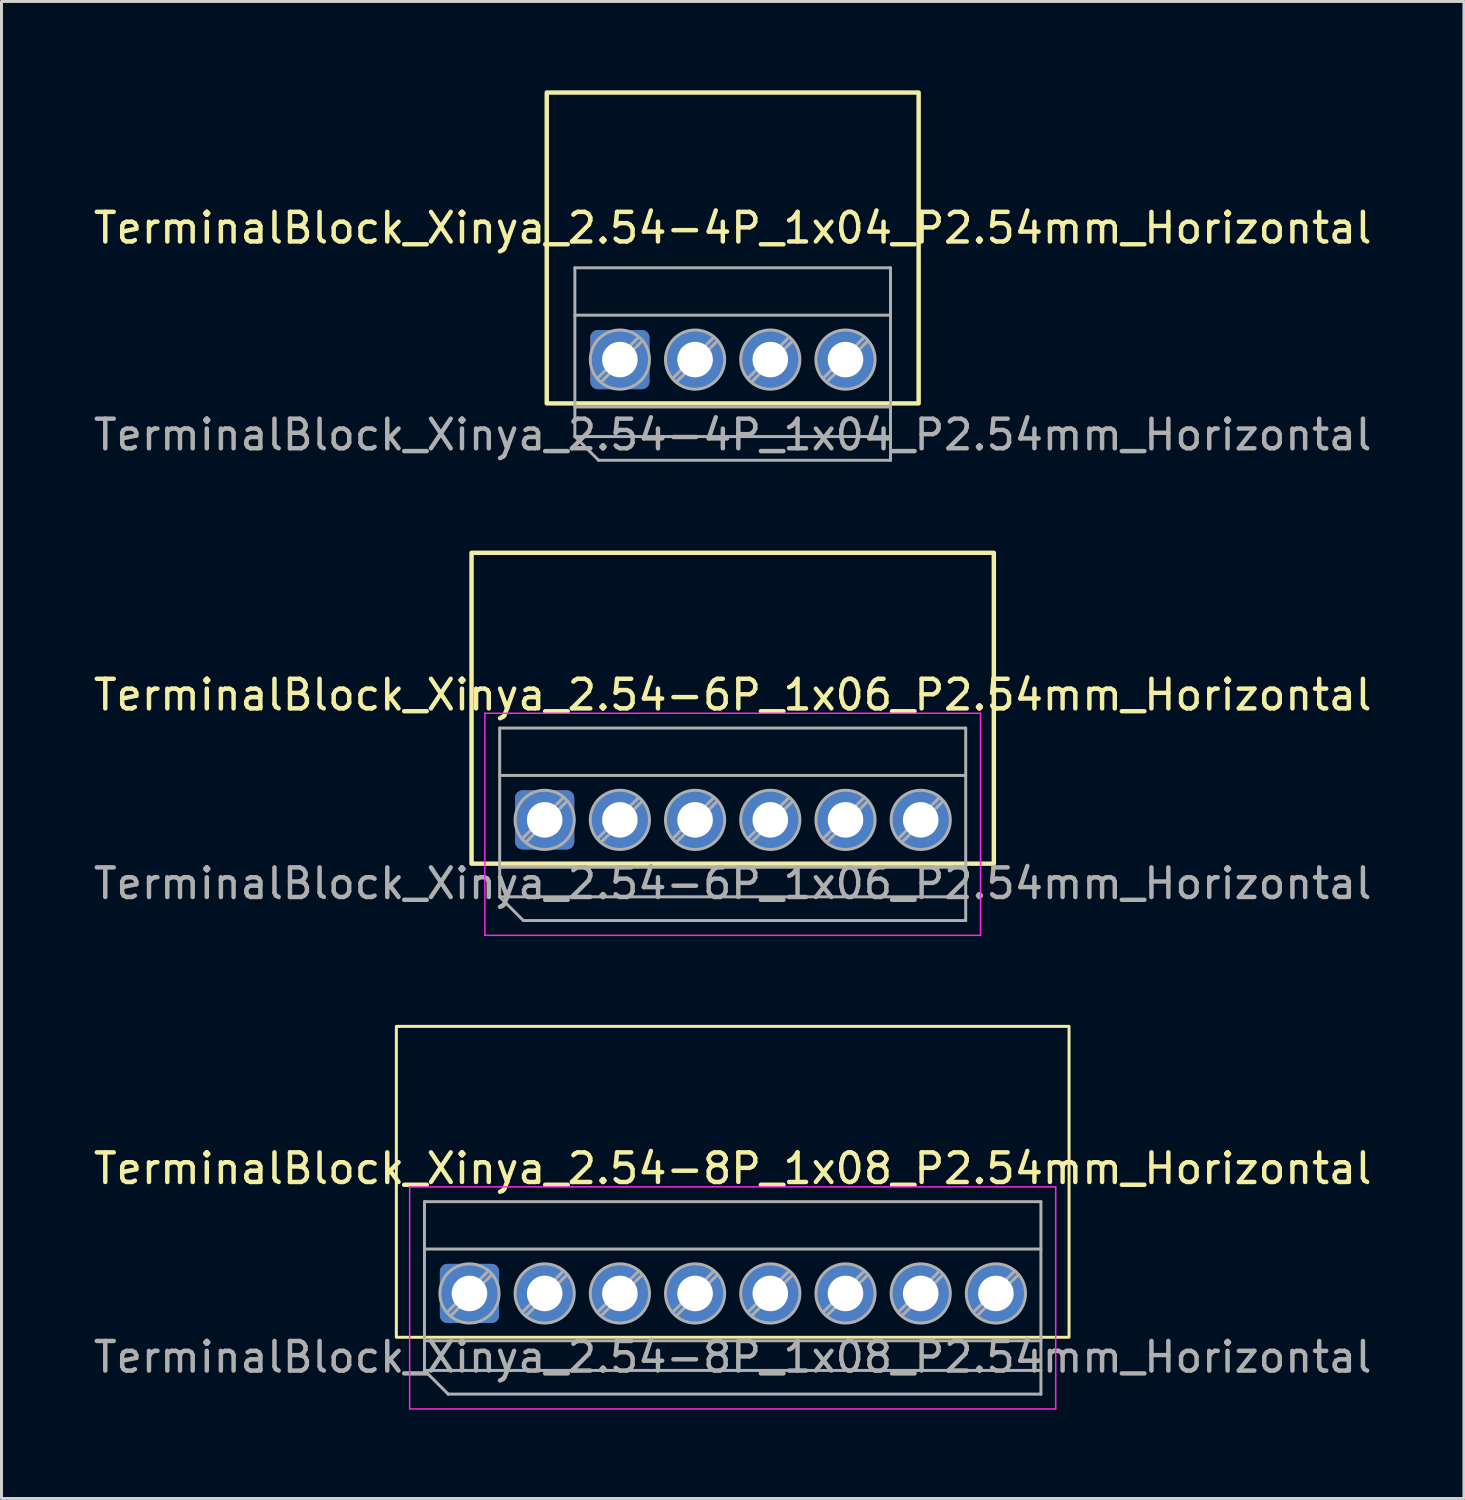
<source format=kicad_pcb>
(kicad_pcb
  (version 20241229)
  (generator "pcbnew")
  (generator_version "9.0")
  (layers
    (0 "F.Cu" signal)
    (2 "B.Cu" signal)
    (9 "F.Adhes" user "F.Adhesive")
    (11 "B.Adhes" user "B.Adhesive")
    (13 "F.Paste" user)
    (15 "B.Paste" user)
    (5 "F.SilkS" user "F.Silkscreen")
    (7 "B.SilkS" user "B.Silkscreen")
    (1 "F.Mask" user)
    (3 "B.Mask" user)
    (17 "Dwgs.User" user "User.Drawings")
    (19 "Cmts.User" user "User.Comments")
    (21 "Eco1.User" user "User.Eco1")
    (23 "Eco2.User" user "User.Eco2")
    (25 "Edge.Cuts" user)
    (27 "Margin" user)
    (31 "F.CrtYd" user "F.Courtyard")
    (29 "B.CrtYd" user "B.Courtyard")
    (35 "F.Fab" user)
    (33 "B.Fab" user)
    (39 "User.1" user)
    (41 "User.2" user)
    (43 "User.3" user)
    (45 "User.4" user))
  (footprint "TerminalBlock_Xinya_2.54-6P_1x06_P2.54mm_Horizontal"
    (layer "F.Cu")
    (at 15.346 24.64)
    (property "Reference" "TerminalBlock_Xinya_2.54-6P_1x06_P2.54mm_Horizontal" (at 6.35 -4.22 0) (layer "F.SilkS") (effects (font (size 1 1) (thickness 0.15))))
    (attr through_hole)
    (fp_rect (start -2.47 -9.02) (end 15.17 1.48) (stroke (width 0.15) (type solid)) (fill no) (layer "F.SilkS"))
    (fp_line (start -2.02 -3.6) (end -2.02 3.9) (stroke (width 0.05) (type solid)) (layer "F.CrtYd"))
    (fp_line (start -2.02 3.9) (end 14.72 3.9) (stroke (width 0.05) (type solid)) (layer "F.CrtYd"))
    (fp_line (start 14.72 -3.6) (end -2.02 -3.6) (stroke (width 0.05) (type solid)) (layer "F.CrtYd"))
    (fp_line (start 14.72 3.9) (end 14.72 -3.6) (stroke (width 0.05) (type solid)) (layer "F.CrtYd"))
    (fp_line (start -1.52 -3.1) (end 14.22 -3.1) (stroke (width 0.1) (type solid)) (layer "F.Fab"))
    (fp_line (start -1.52 -1.5) (end 14.22 -1.5) (stroke (width 0.1) (type solid)) (layer "F.Fab"))
    (fp_line (start -1.52 1.6) (end 14.22 1.6) (stroke (width 0.1) (type solid)) (layer "F.Fab"))
    (fp_line (start -1.52 2.6) (end -1.52 -3.1) (stroke (width 0.1) (type solid)) (layer "F.Fab"))
    (fp_line (start -1.52 2.6) (end 14.22 2.6) (stroke (width 0.1) (type solid)) (layer "F.Fab"))
    (fp_line (start -0.72 3.4) (end -1.52 2.6) (stroke (width 0.1) (type solid)) (layer "F.Fab"))
    (fp_line (start 0.636 -0.758) (end -0.758 0.636) (stroke (width 0.1) (type solid)) (layer "F.Fab"))
    (fp_line (start 0.758 -0.636) (end -0.636 0.758) (stroke (width 0.1) (type solid)) (layer "F.Fab"))
    (fp_line (start 3.176 -0.758) (end 1.782 0.636) (stroke (width 0.1) (type solid)) (layer "F.Fab"))
    (fp_line (start 3.298 -0.636) (end 1.904 0.758) (stroke (width 0.1) (type solid)) (layer "F.Fab"))
    (fp_line (start 5.716 -0.758) (end 4.322 0.636) (stroke (width 0.1) (type solid)) (layer "F.Fab"))
    (fp_line (start 5.838 -0.636) (end 4.444 0.758) (stroke (width 0.1) (type solid)) (layer "F.Fab"))
    (fp_line (start 8.256 -0.758) (end 6.862 0.636) (stroke (width 0.1) (type solid)) (layer "F.Fab"))
    (fp_line (start 8.378 -0.636) (end 6.984 0.758) (stroke (width 0.1) (type solid)) (layer "F.Fab"))
    (fp_line (start 10.796 -0.758) (end 9.402 0.636) (stroke (width 0.1) (type solid)) (layer "F.Fab"))
    (fp_line (start 10.918 -0.636) (end 9.524 0.758) (stroke (width 0.1) (type solid)) (layer "F.Fab"))
    (fp_line (start 13.336 -0.758) (end 11.942 0.636) (stroke (width 0.1) (type solid)) (layer "F.Fab"))
    (fp_line (start 13.458 -0.636) (end 12.064 0.758) (stroke (width 0.1) (type solid)) (layer "F.Fab"))
    (fp_line (start 14.22 -3.1) (end 14.22 3.4) (stroke (width 0.1) (type solid)) (layer "F.Fab"))
    (fp_line (start 14.22 3.4) (end -0.72 3.4) (stroke (width 0.1) (type solid)) (layer "F.Fab"))
    (fp_circle (center 0 0) (end 1 0) (stroke (width 0.1) (type solid)) (fill no) (layer "F.Fab"))
    (fp_circle (center 2.54 0) (end 3.54 0) (stroke (width 0.1) (type solid)) (fill no) (layer "F.Fab"))
    (fp_circle (center 5.08 0) (end 6.08 0) (stroke (width 0.1) (type solid)) (fill no) (layer "F.Fab"))
    (fp_circle (center 7.62 0) (end 8.62 0) (stroke (width 0.1) (type solid)) (fill no) (layer "F.Fab"))
    (fp_circle (center 10.16 0) (end 11.16 0) (stroke (width 0.1) (type solid)) (fill no) (layer "F.Fab"))
    (fp_circle (center 12.7 0) (end 13.7 0) (stroke (width 0.1) (type solid)) (fill no) (layer "F.Fab"))
    (fp_text user "${REFERENCE}" (at 6.35 2.15 0) (layer "F.Fab") (effects (font (size 1 1) (thickness 0.15))))
    (pad "1" thru_hole roundrect (at 0 0) (size 2 2) (drill 1.2) (layers "*.Cu" "*.Mask") (roundrect_rratio 0.125))
    (pad "2" thru_hole circle (at 2.54 0) (size 2 2) (drill 1.2) (layers "*.Cu" "*.Mask"))
    (pad "3" thru_hole circle (at 5.08 0) (size 2 2) (drill 1.2) (layers "*.Cu" "*.Mask"))
    (pad "4" thru_hole circle (at 7.62 0) (size 2 2) (drill 1.2) (layers "*.Cu" "*.Mask"))
    (pad "5" thru_hole circle (at 10.16 0) (size 2 2) (drill 1.2) (layers "*.Cu" "*.Mask"))
    (pad "6" thru_hole circle (at 12.7 0) (size 2 2) (drill 1.2) (layers "*.Cu" "*.Mask")))
  (footprint "TerminalBlock_Xinya_2.54-4P_1x04_P2.54mm_Horizontal"
    (layer "F.Cu")
    (at 17.886 9.095)
    (property "Reference" "TerminalBlock_Xinya_2.54-4P_1x04_P2.54mm_Horizontal" (at 3.81 -4.445 0) (layer "F.SilkS") (effects (font (size 1 1) (thickness 0.15))))
    (attr through_hole)
    (fp_rect (start -2.47 -9.02) (end 10.09 1.48) (stroke (width 0.15) (type solid)) (fill no) (layer "F.SilkS"))
    (fp_line (start -1.52 -3.1) (end 9.14 -3.1) (stroke (width 0.1) (type solid)) (layer "F.Fab"))
    (fp_line (start -1.52 -1.5) (end 9.14 -1.5) (stroke (width 0.1) (type solid)) (layer "F.Fab"))
    (fp_line (start -1.52 1.6) (end 9.14 1.6) (stroke (width 0.1) (type solid)) (layer "F.Fab"))
    (fp_line (start -1.52 2.6) (end -1.52 -3.1) (stroke (width 0.1) (type solid)) (layer "F.Fab"))
    (fp_line (start -1.52 2.6) (end 9.14 2.6) (stroke (width 0.1) (type solid)) (layer "F.Fab"))
    (fp_line (start -0.72 3.4) (end -1.52 2.6) (stroke (width 0.1) (type solid)) (layer "F.Fab"))
    (fp_line (start 0.636 -0.758) (end -0.758 0.636) (stroke (width 0.1) (type solid)) (layer "F.Fab"))
    (fp_line (start 0.758 -0.636) (end -0.636 0.758) (stroke (width 0.1) (type solid)) (layer "F.Fab"))
    (fp_line (start 3.176 -0.758) (end 1.782 0.636) (stroke (width 0.1) (type solid)) (layer "F.Fab"))
    (fp_line (start 3.298 -0.636) (end 1.904 0.758) (stroke (width 0.1) (type solid)) (layer "F.Fab"))
    (fp_line (start 5.716 -0.758) (end 4.322 0.636) (stroke (width 0.1) (type solid)) (layer "F.Fab"))
    (fp_line (start 5.838 -0.636) (end 4.444 0.758) (stroke (width 0.1) (type solid)) (layer "F.Fab"))
    (fp_line (start 8.256 -0.758) (end 6.862 0.636) (stroke (width 0.1) (type solid)) (layer "F.Fab"))
    (fp_line (start 8.378 -0.636) (end 6.984 0.758) (stroke (width 0.1) (type solid)) (layer "F.Fab"))
    (fp_line (start 9.14 -3.1) (end 9.14 3.4) (stroke (width 0.1) (type solid)) (layer "F.Fab"))
    (fp_line (start 9.14 3.4) (end -0.72 3.4) (stroke (width 0.1) (type solid)) (layer "F.Fab"))
    (fp_circle (center 0 0) (end 1 0) (stroke (width 0.1) (type solid)) (fill no) (layer "F.Fab"))
    (fp_circle (center 2.54 0) (end 3.54 0) (stroke (width 0.1) (type solid)) (fill no) (layer "F.Fab"))
    (fp_circle (center 5.08 0) (end 6.08 0) (stroke (width 0.1) (type solid)) (fill no) (layer "F.Fab"))
    (fp_circle (center 7.62 0) (end 8.62 0) (stroke (width 0.1) (type solid)) (fill no) (layer "F.Fab"))
    (fp_text user "${REFERENCE}" (at 3.81 2.54 0) (layer "F.Fab") (effects (font (size 1 1) (thickness 0.15))))
    (pad "1" thru_hole roundrect (at 0 0) (size 2 2) (drill 1.2) (layers "*.Cu" "*.Mask") (roundrect_rratio 0.125))
    (pad "2" thru_hole circle (at 2.54 0) (size 2 2) (drill 1.2) (layers "*.Cu" "*.Mask"))
    (pad "3" thru_hole circle (at 5.08 0) (size 2 2) (drill 1.2) (layers "*.Cu" "*.Mask"))
    (pad "4" thru_hole circle (at 7.62 0) (size 2 2) (drill 1.2) (layers "*.Cu" "*.Mask")))
  (footprint "TerminalBlock_Xinya_2.54-8P_1x08_P2.54mm_Horizontal"
    (layer "F.Cu")
    (at 12.806 40.635)
    (property "Reference" "TerminalBlock_Xinya_2.54-8P_1x08_P2.54mm_Horizontal" (at 8.89 -4.22 0) (layer "F.SilkS") (effects (font (size 1 1) (thickness 0.15))))
    (attr through_hole)
    (fp_rect (start -2.47 -9.02) (end 20.25 1.48) (stroke (width 0.1) (type solid)) (fill no) (layer "F.SilkS"))
    (fp_line (start -2.02 -3.6) (end -2.02 3.9) (stroke (width 0.05) (type solid)) (layer "F.CrtYd"))
    (fp_line (start -2.02 3.9) (end 19.8 3.9) (stroke (width 0.05) (type solid)) (layer "F.CrtYd"))
    (fp_line (start 19.8 -3.6) (end -2.02 -3.6) (stroke (width 0.05) (type solid)) (layer "F.CrtYd"))
    (fp_line (start 19.8 3.9) (end 19.8 -3.6) (stroke (width 0.05) (type solid)) (layer "F.CrtYd"))
    (fp_line (start -1.52 -3.1) (end 19.3 -3.1) (stroke (width 0.1) (type solid)) (layer "F.Fab"))
    (fp_line (start -1.52 -1.5) (end 19.3 -1.5) (stroke (width 0.1) (type solid)) (layer "F.Fab"))
    (fp_line (start -1.52 1.6) (end 19.3 1.6) (stroke (width 0.1) (type solid)) (layer "F.Fab"))
    (fp_line (start -1.52 2.6) (end -1.52 -3.1) (stroke (width 0.1) (type solid)) (layer "F.Fab"))
    (fp_line (start -1.52 2.6) (end 19.3 2.6) (stroke (width 0.1) (type solid)) (layer "F.Fab"))
    (fp_line (start -0.72 3.4) (end -1.52 2.6) (stroke (width 0.1) (type solid)) (layer "F.Fab"))
    (fp_line (start 0.636 -0.758) (end -0.758 0.636) (stroke (width 0.1) (type solid)) (layer "F.Fab"))
    (fp_line (start 0.758 -0.636) (end -0.636 0.758) (stroke (width 0.1) (type solid)) (layer "F.Fab"))
    (fp_line (start 3.176 -0.758) (end 1.782 0.636) (stroke (width 0.1) (type solid)) (layer "F.Fab"))
    (fp_line (start 3.298 -0.636) (end 1.904 0.758) (stroke (width 0.1) (type solid)) (layer "F.Fab"))
    (fp_line (start 5.716 -0.758) (end 4.322 0.636) (stroke (width 0.1) (type solid)) (layer "F.Fab"))
    (fp_line (start 5.838 -0.636) (end 4.444 0.758) (stroke (width 0.1) (type solid)) (layer "F.Fab"))
    (fp_line (start 8.256 -0.758) (end 6.862 0.636) (stroke (width 0.1) (type solid)) (layer "F.Fab"))
    (fp_line (start 8.378 -0.636) (end 6.984 0.758) (stroke (width 0.1) (type solid)) (layer "F.Fab"))
    (fp_line (start 10.796 -0.758) (end 9.402 0.636) (stroke (width 0.1) (type solid)) (layer "F.Fab"))
    (fp_line (start 10.918 -0.636) (end 9.524 0.758) (stroke (width 0.1) (type solid)) (layer "F.Fab"))
    (fp_line (start 13.336 -0.758) (end 11.942 0.636) (stroke (width 0.1) (type solid)) (layer "F.Fab"))
    (fp_line (start 13.458 -0.636) (end 12.064 0.758) (stroke (width 0.1) (type solid)) (layer "F.Fab"))
    (fp_line (start 15.876 -0.758) (end 14.482 0.636) (stroke (width 0.1) (type solid)) (layer "F.Fab"))
    (fp_line (start 15.998 -0.636) (end 14.604 0.758) (stroke (width 0.1) (type solid)) (layer "F.Fab"))
    (fp_line (start 18.416 -0.758) (end 17.022 0.636) (stroke (width 0.1) (type solid)) (layer "F.Fab"))
    (fp_line (start 18.538 -0.636) (end 17.144 0.758) (stroke (width 0.1) (type solid)) (layer "F.Fab"))
    (fp_line (start 19.3 -3.1) (end 19.3 3.4) (stroke (width 0.1) (type solid)) (layer "F.Fab"))
    (fp_line (start 19.3 3.4) (end -0.72 3.4) (stroke (width 0.1) (type solid)) (layer "F.Fab"))
    (fp_circle (center 0 0) (end 1 0) (stroke (width 0.1) (type solid)) (fill no) (layer "F.Fab"))
    (fp_circle (center 2.54 0) (end 3.54 0) (stroke (width 0.1) (type solid)) (fill no) (layer "F.Fab"))
    (fp_circle (center 5.08 0) (end 6.08 0) (stroke (width 0.1) (type solid)) (fill no) (layer "F.Fab"))
    (fp_circle (center 7.62 0) (end 8.62 0) (stroke (width 0.1) (type solid)) (fill no) (layer "F.Fab"))
    (fp_circle (center 10.16 0) (end 11.16 0) (stroke (width 0.1) (type solid)) (fill no) (layer "F.Fab"))
    (fp_circle (center 12.7 0) (end 13.7 0) (stroke (width 0.1) (type solid)) (fill no) (layer "F.Fab"))
    (fp_circle (center 15.24 0) (end 16.24 0) (stroke (width 0.1) (type solid)) (fill no) (layer "F.Fab"))
    (fp_circle (center 17.78 0) (end 18.78 0) (stroke (width 0.1) (type solid)) (fill no) (layer "F.Fab"))
    (fp_text user "${REFERENCE}" (at 8.89 2.15 0) (layer "F.Fab") (effects (font (size 1 1) (thickness 0.15))))
    (pad "1" thru_hole roundrect (at 0 0) (size 2 2) (drill 1.2) (layers "*.Cu" "*.Mask") (roundrect_rratio 0.125))
    (pad "2" thru_hole circle (at 2.54 0) (size 2 2) (drill 1.2) (layers "*.Cu" "*.Mask"))
    (pad "3" thru_hole circle (at 5.08 0) (size 2 2) (drill 1.2) (layers "*.Cu" "*.Mask"))
    (pad "4" thru_hole circle (at 7.62 0) (size 2 2) (drill 1.2) (layers "*.Cu" "*.Mask"))
    (pad "5" thru_hole circle (at 10.16 0) (size 2 2) (drill 1.2) (layers "*.Cu" "*.Mask"))
    (pad "6" thru_hole circle (at 12.7 0) (size 2 2) (drill 1.2) (layers "*.Cu" "*.Mask"))
    (pad "7" thru_hole circle (at 15.24 0) (size 2 2) (drill 1.2) (layers "*.Cu" "*.Mask"))
    (pad "8" thru_hole circle (at 17.78 0) (size 2 2) (drill 1.2) (layers "*.Cu" "*.Mask")))
  (gr_rect
    (start -3 -3)
    (end 46.393 47.56)
    (stroke (width 0.1) (type default))
    (fill no)
    (layer "Edge.Cuts")))
</source>
